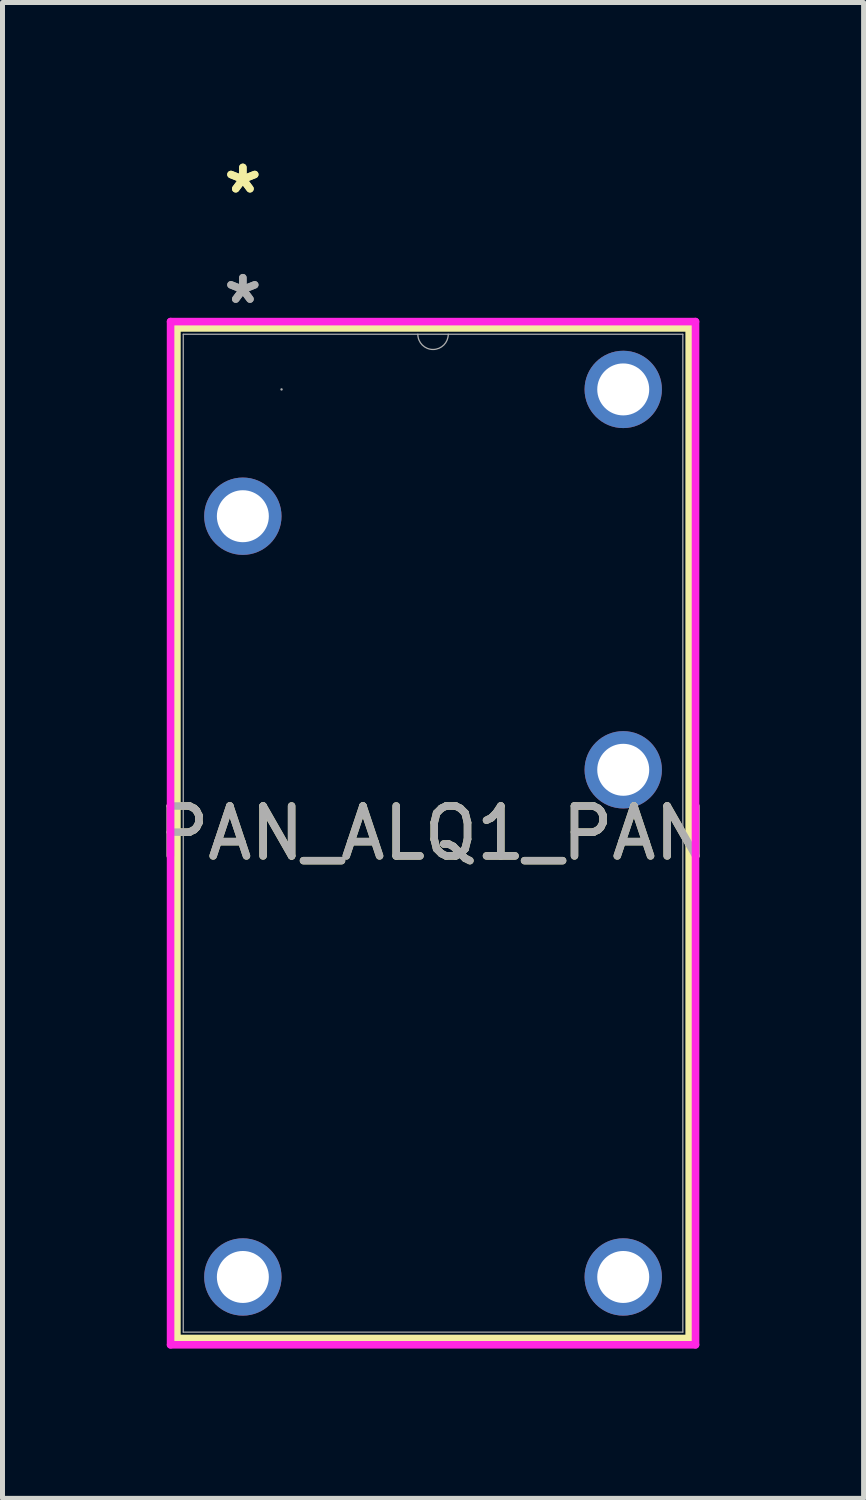
<source format=kicad_pcb>
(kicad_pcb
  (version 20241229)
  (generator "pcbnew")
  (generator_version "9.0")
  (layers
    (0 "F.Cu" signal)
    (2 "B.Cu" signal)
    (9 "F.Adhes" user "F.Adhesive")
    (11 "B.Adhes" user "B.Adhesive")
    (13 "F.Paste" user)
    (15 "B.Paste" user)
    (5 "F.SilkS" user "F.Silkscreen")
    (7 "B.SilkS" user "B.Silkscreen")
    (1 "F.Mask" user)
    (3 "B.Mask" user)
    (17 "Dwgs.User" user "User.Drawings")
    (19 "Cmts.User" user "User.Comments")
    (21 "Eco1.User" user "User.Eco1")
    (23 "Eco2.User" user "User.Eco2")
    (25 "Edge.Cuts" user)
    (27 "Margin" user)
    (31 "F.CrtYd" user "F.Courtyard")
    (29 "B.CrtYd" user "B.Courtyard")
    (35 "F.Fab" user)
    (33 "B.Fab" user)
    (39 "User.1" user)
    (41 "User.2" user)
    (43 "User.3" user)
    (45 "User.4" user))
  (footprint "PAN_ALQ1_PAN"
    (layer "F.Cu")
    (at 9.435 4.751)
    (property "Reference" "PAN_ALQ1_PAN" (at -3.81 8.89 0) (unlocked yes) (layer "F.SilkS") (effects (font (size 1 1) (thickness 0.15))))
    (attr through_hole)
    (fp_line (start -8.941 -1.232) (end -8.941 19.012) (stroke (width 0.152) (type solid)) (layer "F.SilkS"))
    (fp_line (start -8.941 19.012) (end 1.321 19.012) (stroke (width 0.152) (type solid)) (layer "F.SilkS"))
    (fp_line (start 1.321 -1.232) (end -8.941 -1.232) (stroke (width 0.152) (type solid)) (layer "F.SilkS"))
    (fp_line (start 1.321 19.012) (end 1.321 -1.232) (stroke (width 0.152) (type solid)) (layer "F.SilkS"))
    (fp_line (start -9.068 -1.359) (end 1.448 -1.359) (stroke (width 0.152) (type solid)) (layer "F.CrtYd"))
    (fp_line (start -9.068 19.139) (end -9.068 -1.359) (stroke (width 0.152) (type solid)) (layer "F.CrtYd"))
    (fp_line (start 1.448 -1.359) (end 1.448 19.139) (stroke (width 0.152) (type solid)) (layer "F.CrtYd"))
    (fp_line (start 1.448 19.139) (end -9.068 19.139) (stroke (width 0.152) (type solid)) (layer "F.CrtYd"))
    (fp_line (start -8.814 -1.105) (end -8.814 18.885) (stroke (width 0.025) (type solid)) (layer "F.Fab"))
    (fp_line (start -8.814 18.885) (end 1.194 18.885) (stroke (width 0.025) (type solid)) (layer "F.Fab"))
    (fp_line (start 1.194 -1.105) (end -8.814 -1.105) (stroke (width 0.025) (type solid)) (layer "F.Fab"))
    (fp_line (start 1.194 18.885) (end 1.194 -1.105) (stroke (width 0.025) (type solid)) (layer "F.Fab"))
    (fp_arc (start -3.5052 -1.1049) (mid -3.81 -0.8001) (end -4.1148 -1.1049) (stroke (width 0.0254) (type solid)) (layer "F.Fab"))
    (fp_circle (center -6.845 0) (end -6.845 0) (stroke (width 0.025) (type solid)) (fill no) (layer "F.Fab"))
    (fp_text user "*" (at -7.62 -3.903 0) (unlocked yes) (layer "F.SilkS") (effects (font (size 1 1) (thickness 0.15))))
    (fp_text user "*" (at -7.62 -3.903 0) (layer "F.SilkS") (effects (font (size 1 1) (thickness 0.15))))
    (fp_text user "${REFERENCE}" (at -3.81 8.89 0) (unlocked yes) (layer "F.Fab") (effects (font (size 1 1) (thickness 0.15))))
    (fp_text user "*" (at -7.62 -1.693 0) (layer "F.Fab") (effects (font (size 1 1) (thickness 0.15))))
    (fp_text user "*" (at -7.62 -1.693 0) (unlocked yes) (layer "F.Fab") (effects (font (size 1 1) (thickness 0.15))))
    (pad "1" thru_hole circle (at 0 0) (size 1.549 1.549) (drill 1.041) (layers "*.Cu" "*.Mask"))
    (pad "2" thru_hole circle (at 0 7.62) (size 1.549 1.549) (drill 1.041) (layers "*.Cu" "*.Mask"))
    (pad "3" thru_hole circle (at 0 17.78) (size 1.549 1.549) (drill 1.041) (layers "*.Cu" "*.Mask"))
    (pad "4" thru_hole circle (at -7.62 17.78) (size 1.549 1.549) (drill 1.041) (layers "*.Cu" "*.Mask"))
    (pad "5" thru_hole circle (at -7.62 2.54) (size 1.549 1.549) (drill 1.041) (layers "*.Cu" "*.Mask")))
  (gr_rect
    (start -3 -3)
    (end 14.25 26.966)
    (stroke (width 0.1) (type default))
    (fill no)
    (layer "Edge.Cuts")))
</source>
